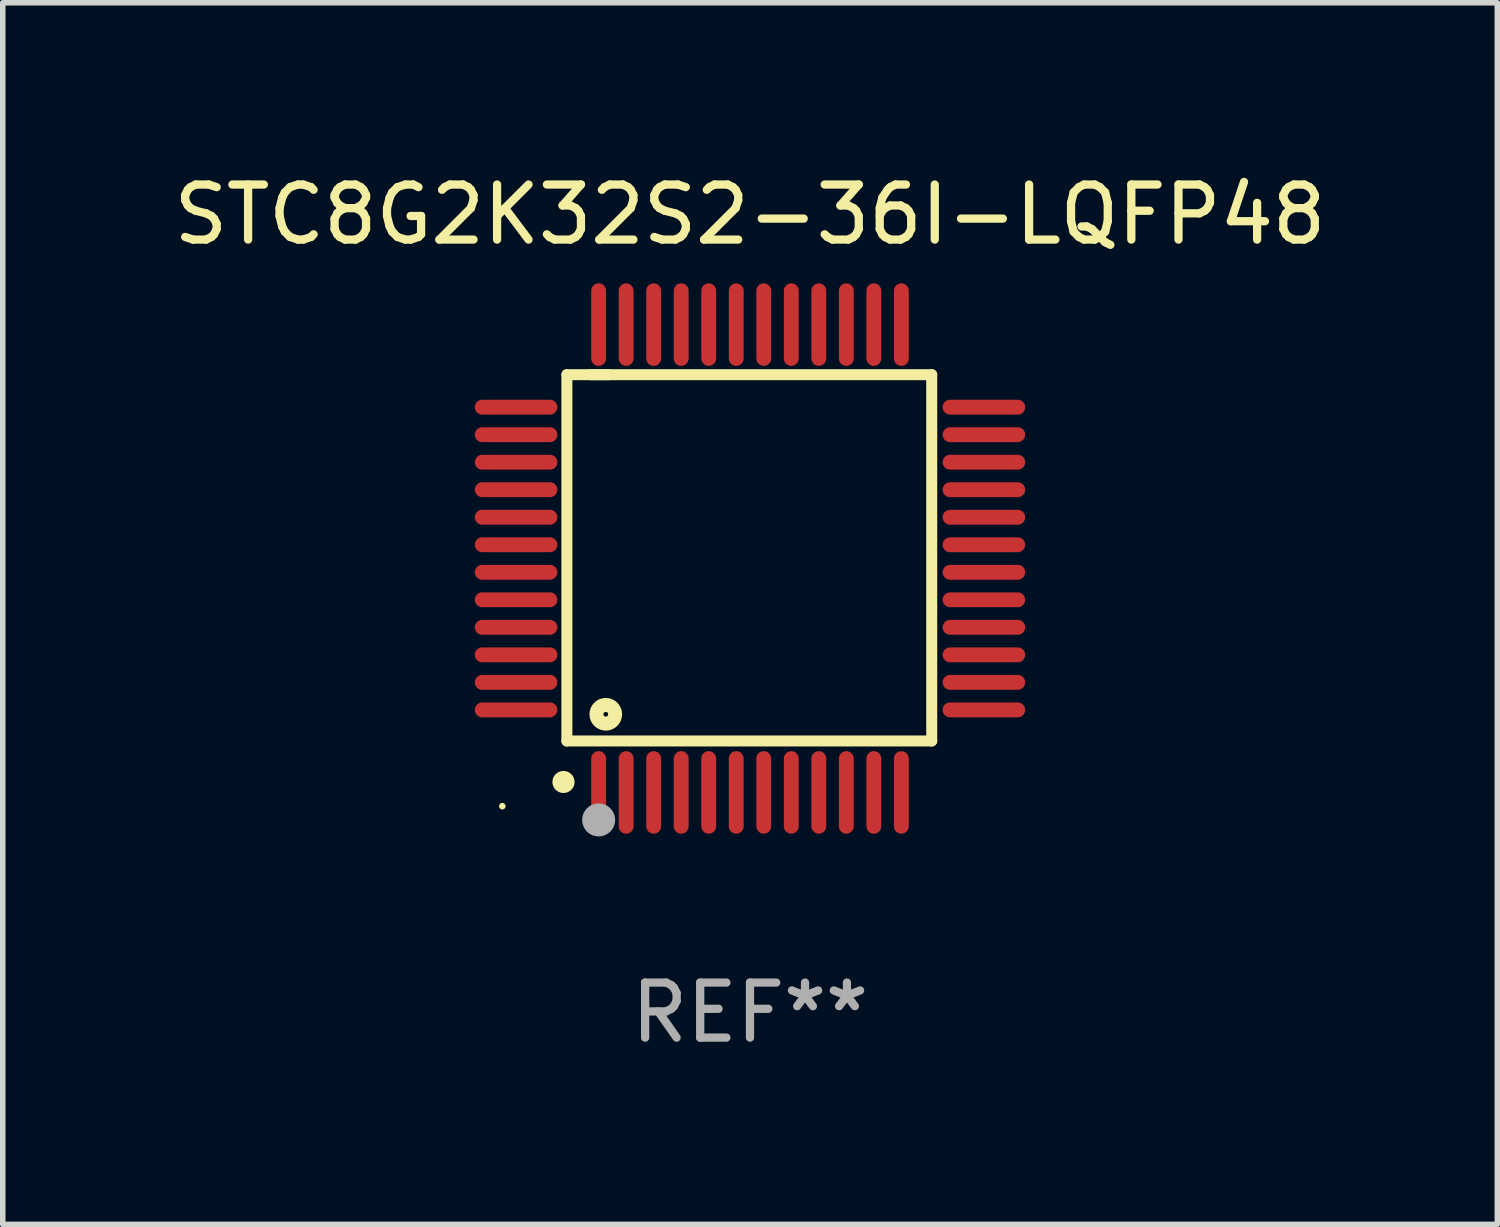
<source format=kicad_pcb>
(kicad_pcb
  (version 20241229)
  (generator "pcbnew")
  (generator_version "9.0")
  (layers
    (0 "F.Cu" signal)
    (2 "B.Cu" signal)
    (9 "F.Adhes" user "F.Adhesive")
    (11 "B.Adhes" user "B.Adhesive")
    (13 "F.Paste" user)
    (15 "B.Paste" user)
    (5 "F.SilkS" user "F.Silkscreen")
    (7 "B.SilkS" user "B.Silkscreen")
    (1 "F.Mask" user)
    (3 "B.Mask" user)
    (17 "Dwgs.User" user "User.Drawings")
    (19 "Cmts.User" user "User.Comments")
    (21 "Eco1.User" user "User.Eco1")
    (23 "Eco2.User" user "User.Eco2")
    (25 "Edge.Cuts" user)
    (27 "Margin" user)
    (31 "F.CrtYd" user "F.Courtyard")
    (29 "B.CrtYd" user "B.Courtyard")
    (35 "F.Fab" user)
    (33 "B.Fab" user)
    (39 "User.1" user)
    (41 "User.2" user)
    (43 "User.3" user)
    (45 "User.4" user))
  (footprint "STC8G2K32S2-36I-LQFP48"
    (layer "F.Cu")
    (at 10.577 7.098)
    (property "Reference" "STC8G2K32S2-36I-LQFP48" (at 0 -6.25 0) (layer "F.SilkS") (effects (font (size 1 1) (thickness 0.15))))
    (attr through_hole)
    (fp_line (start -3.327 -3.34) (end -2.565 -3.34) (stroke (width 0.2) (type solid)) (layer "F.SilkS"))
    (fp_line (start -3.327 3.315) (end -3.327 -3.34) (stroke (width 0.2) (type solid)) (layer "F.SilkS"))
    (fp_line (start -2.896 -3.34) (end 3.302 -3.34) (stroke (width 0.2) (type solid)) (layer "F.SilkS"))
    (fp_line (start 3.302 -3.34) (end 3.302 3.315) (stroke (width 0.2) (type solid)) (layer "F.SilkS"))
    (fp_line (start 3.302 3.315) (end -3.327 3.315) (stroke (width 0.2) (type solid)) (layer "F.SilkS"))
    (fp_arc (start -3.389992 4.059995) (mid -3.388722 4.059991) (end -3.387452 4.059995) (stroke (width 0.4) (type solid)) (layer "F.SilkS"))
    (fp_circle (center -4.5 4.5) (end -4.47 4.5) (stroke (width 0.06) (type solid)) (fill no) (layer "F.SilkS"))
    (fp_circle (center -2.62 2.83) (end -2.45 2.83) (stroke (width 0.254) (type solid)) (fill no) (layer "F.SilkS"))
    (fp_circle (center -2.75 4.75) (end -2.6 4.75) (stroke (width 0.3) (type solid)) (fill no) (layer "F.Fab"))
    (fp_text user "REF**" (at 0 8.25 0) (layer "F.Fab") (effects (font (size 1 1) (thickness 0.15))))
    (pad "1" smd oval (at -2.75 4.25) (size 0.27 1.5) (layers "F.Cu" "F.Mask" "F.Paste"))
    (pad "2" smd oval (at -2.25 4.25) (size 0.27 1.5) (layers "F.Cu" "F.Mask" "F.Paste"))
    (pad "3" smd oval (at -1.75 4.25) (size 0.27 1.5) (layers "F.Cu" "F.Mask" "F.Paste"))
    (pad "4" smd oval (at -1.25 4.25) (size 0.27 1.5) (layers "F.Cu" "F.Mask" "F.Paste"))
    (pad "5" smd oval (at -0.75 4.25) (size 0.27 1.5) (layers "F.Cu" "F.Mask" "F.Paste"))
    (pad "6" smd oval (at -0.25 4.25) (size 0.27 1.5) (layers "F.Cu" "F.Mask" "F.Paste"))
    (pad "7" smd oval (at 0.25 4.25) (size 0.27 1.5) (layers "F.Cu" "F.Mask" "F.Paste"))
    (pad "8" smd oval (at 0.75 4.25) (size 0.27 1.5) (layers "F.Cu" "F.Mask" "F.Paste"))
    (pad "9" smd oval (at 1.25 4.25) (size 0.27 1.5) (layers "F.Cu" "F.Mask" "F.Paste"))
    (pad "10" smd oval (at 1.75 4.25) (size 0.27 1.5) (layers "F.Cu" "F.Mask" "F.Paste"))
    (pad "11" smd oval (at 2.25 4.25) (size 0.27 1.5) (layers "F.Cu" "F.Mask" "F.Paste"))
    (pad "12" smd oval (at 2.75 4.25) (size 0.27 1.5) (layers "F.Cu" "F.Mask" "F.Paste"))
    (pad "13" smd oval (at 4.25 2.75) (size 1.5 0.27) (layers "F.Cu" "F.Mask" "F.Paste"))
    (pad "14" smd oval (at 4.25 2.25) (size 1.5 0.27) (layers "F.Cu" "F.Mask" "F.Paste"))
    (pad "15" smd oval (at 4.25 1.75) (size 1.5 0.27) (layers "F.Cu" "F.Mask" "F.Paste"))
    (pad "16" smd oval (at 4.25 1.25) (size 1.5 0.27) (layers "F.Cu" "F.Mask" "F.Paste"))
    (pad "17" smd oval (at 4.25 0.75) (size 1.5 0.27) (layers "F.Cu" "F.Mask" "F.Paste"))
    (pad "18" smd oval (at 4.25 0.25) (size 1.5 0.27) (layers "F.Cu" "F.Mask" "F.Paste"))
    (pad "19" smd oval (at 4.25 -0.25) (size 1.5 0.27) (layers "F.Cu" "F.Mask" "F.Paste"))
    (pad "20" smd oval (at 4.25 -0.75) (size 1.5 0.27) (layers "F.Cu" "F.Mask" "F.Paste"))
    (pad "21" smd oval (at 4.25 -1.25) (size 1.5 0.27) (layers "F.Cu" "F.Mask" "F.Paste"))
    (pad "22" smd oval (at 4.25 -1.75) (size 1.5 0.27) (layers "F.Cu" "F.Mask" "F.Paste"))
    (pad "23" smd oval (at 4.25 -2.25) (size 1.5 0.27) (layers "F.Cu" "F.Mask" "F.Paste"))
    (pad "24" smd oval (at 4.25 -2.75) (size 1.5 0.27) (layers "F.Cu" "F.Mask" "F.Paste"))
    (pad "25" smd oval (at 2.75 -4.25) (size 0.27 1.5) (layers "F.Cu" "F.Mask" "F.Paste"))
    (pad "26" smd oval (at 2.25 -4.25) (size 0.27 1.5) (layers "F.Cu" "F.Mask" "F.Paste"))
    (pad "27" smd oval (at 1.75 -4.25) (size 0.27 1.5) (layers "F.Cu" "F.Mask" "F.Paste"))
    (pad "28" smd oval (at 1.25 -4.25) (size 0.27 1.5) (layers "F.Cu" "F.Mask" "F.Paste"))
    (pad "29" smd oval (at 0.75 -4.25) (size 0.27 1.5) (layers "F.Cu" "F.Mask" "F.Paste"))
    (pad "30" smd oval (at 0.25 -4.25) (size 0.27 1.5) (layers "F.Cu" "F.Mask" "F.Paste"))
    (pad "31" smd oval (at -0.25 -4.25) (size 0.27 1.5) (layers "F.Cu" "F.Mask" "F.Paste"))
    (pad "32" smd oval (at -0.75 -4.25) (size 0.27 1.5) (layers "F.Cu" "F.Mask" "F.Paste"))
    (pad "33" smd oval (at -1.25 -4.25) (size 0.27 1.5) (layers "F.Cu" "F.Mask" "F.Paste"))
    (pad "34" smd oval (at -1.75 -4.25) (size 0.27 1.5) (layers "F.Cu" "F.Mask" "F.Paste"))
    (pad "35" smd oval (at -2.25 -4.25) (size 0.27 1.5) (layers "F.Cu" "F.Mask" "F.Paste"))
    (pad "36" smd oval (at -2.75 -4.25) (size 0.27 1.5) (layers "F.Cu" "F.Mask" "F.Paste"))
    (pad "37" smd oval (at -4.25 -2.75) (size 1.5 0.27) (layers "F.Cu" "F.Mask" "F.Paste"))
    (pad "38" smd oval (at -4.25 -2.25) (size 1.5 0.27) (layers "F.Cu" "F.Mask" "F.Paste"))
    (pad "39" smd oval (at -4.25 -1.75) (size 1.5 0.27) (layers "F.Cu" "F.Mask" "F.Paste"))
    (pad "40" smd oval (at -4.25 -1.25) (size 1.5 0.27) (layers "F.Cu" "F.Mask" "F.Paste"))
    (pad "41" smd oval (at -4.25 -0.75) (size 1.5 0.27) (layers "F.Cu" "F.Mask" "F.Paste"))
    (pad "42" smd oval (at -4.25 -0.25) (size 1.5 0.27) (layers "F.Cu" "F.Mask" "F.Paste"))
    (pad "43" smd oval (at -4.25 0.25) (size 1.5 0.27) (layers "F.Cu" "F.Mask" "F.Paste"))
    (pad "44" smd oval (at -4.25 0.75) (size 1.5 0.27) (layers "F.Cu" "F.Mask" "F.Paste"))
    (pad "45" smd oval (at -4.25 1.25) (size 1.5 0.27) (layers "F.Cu" "F.Mask" "F.Paste"))
    (pad "46" smd oval (at -4.25 1.75) (size 1.5 0.27) (layers "F.Cu" "F.Mask" "F.Paste"))
    (pad "47" smd oval (at -4.25 2.25) (size 1.5 0.27) (layers "F.Cu" "F.Mask" "F.Paste"))
    (pad "48" smd oval (at -4.25 2.75) (size 1.5 0.27) (layers "F.Cu" "F.Mask" "F.Paste")))
  (gr_rect
    (start -3 -3)
    (end 24.155 19.196)
    (stroke (width 0.1) (type default))
    (fill no)
    (layer "Edge.Cuts")))
</source>
